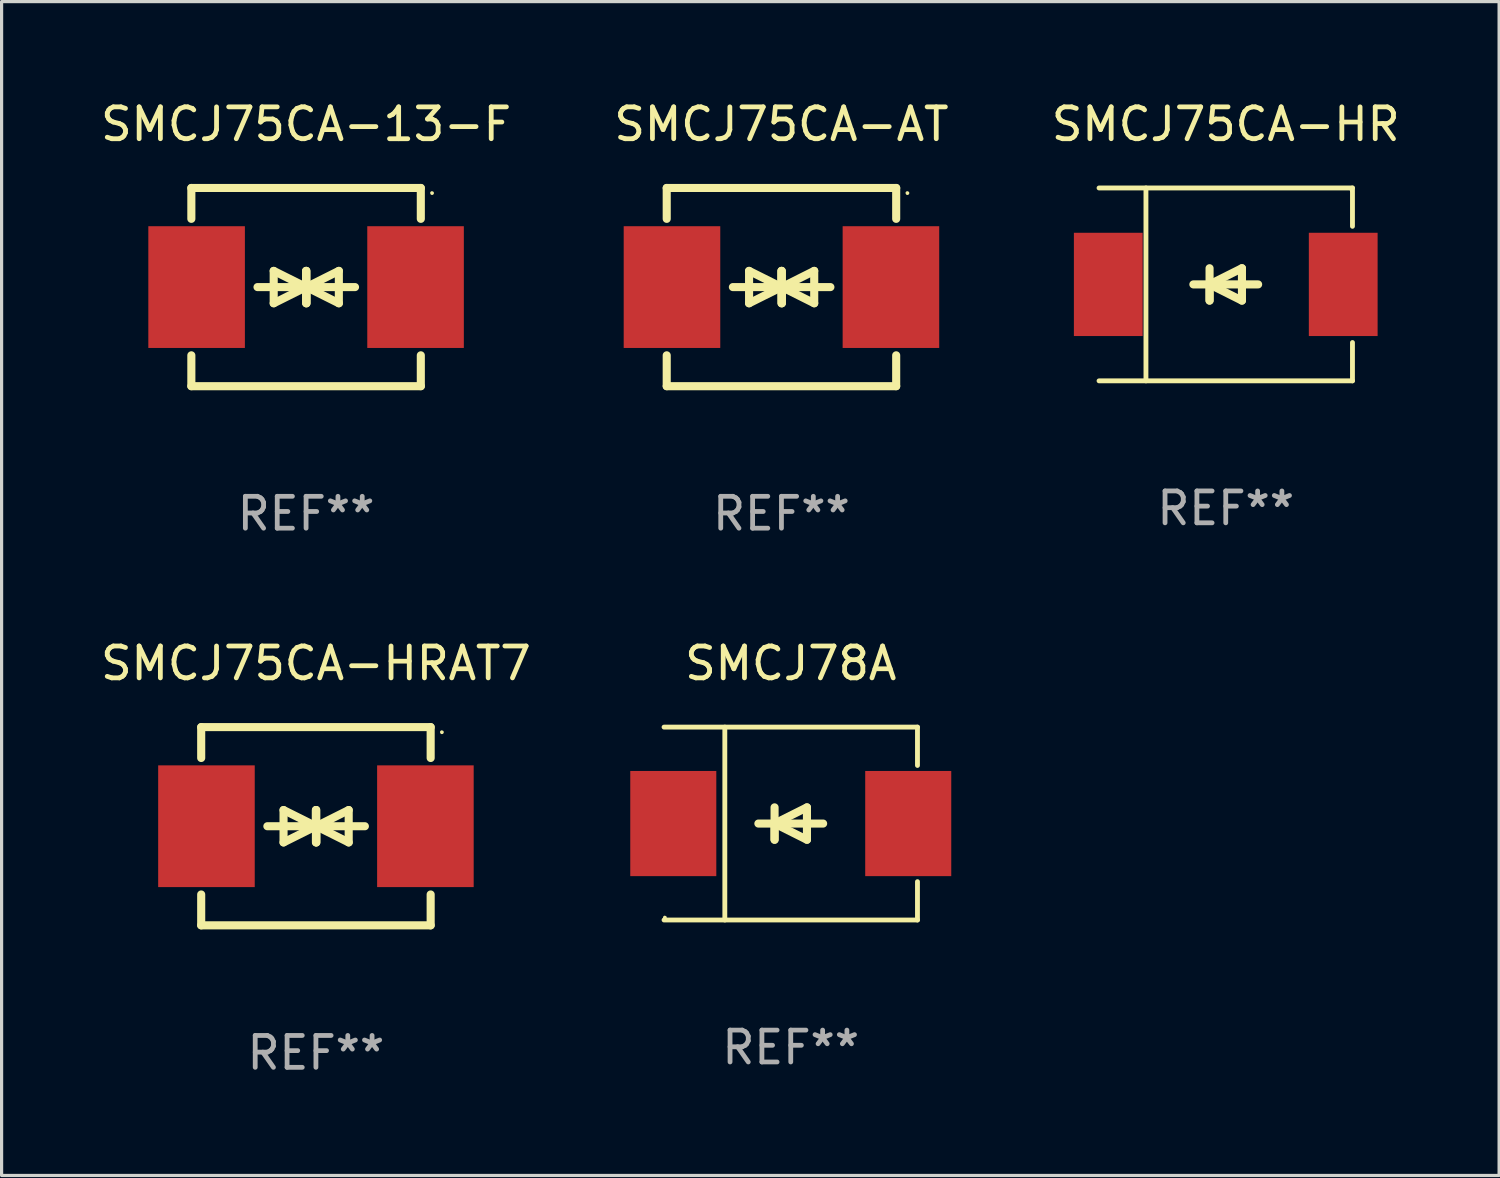
<source format=kicad_pcb>
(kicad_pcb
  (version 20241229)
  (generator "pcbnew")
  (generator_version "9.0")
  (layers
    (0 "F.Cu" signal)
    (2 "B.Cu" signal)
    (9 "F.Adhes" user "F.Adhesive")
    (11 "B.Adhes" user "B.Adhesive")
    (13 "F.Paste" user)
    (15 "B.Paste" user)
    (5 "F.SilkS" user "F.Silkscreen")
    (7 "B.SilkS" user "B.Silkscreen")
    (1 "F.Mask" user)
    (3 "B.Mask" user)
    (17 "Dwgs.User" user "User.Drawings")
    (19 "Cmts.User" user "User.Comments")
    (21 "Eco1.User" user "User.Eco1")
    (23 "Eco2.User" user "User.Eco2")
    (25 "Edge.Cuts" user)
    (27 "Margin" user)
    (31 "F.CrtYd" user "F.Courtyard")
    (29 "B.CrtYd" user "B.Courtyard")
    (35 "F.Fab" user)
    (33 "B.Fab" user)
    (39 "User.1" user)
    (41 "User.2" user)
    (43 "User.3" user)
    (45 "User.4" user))
  (footprint "SMCJ75CA-13-F"
    (layer "F.Cu")
    (at 6.554 5.958)
    (property "Reference" "SMCJ75CA-13-F" (at 0 -5.11 0) (layer "F.SilkS") (effects (font (size 1 1) (thickness 0.15))))
    (attr through_hole)
    (fp_line (start -3.6 -2.141) (end -3.6 -3.11) (stroke (width 0.254) (type solid)) (layer "F.SilkS"))
    (fp_line (start -3.6 3.11) (end -3.6 2.141) (stroke (width 0.254) (type solid)) (layer "F.SilkS"))
    (fp_line (start -1.524 0) (end 0.508 0) (stroke (width 0.254) (type solid)) (layer "F.SilkS"))
    (fp_line (start -1.016 -0.508) (end -1.016 0.508) (stroke (width 0.254) (type solid)) (layer "F.SilkS"))
    (fp_line (start -1.016 0.508) (end 0 0) (stroke (width 0.254) (type solid)) (layer "F.SilkS"))
    (fp_line (start 0 -0.508) (end 0 0.508) (stroke (width 0.254) (type solid)) (layer "F.SilkS"))
    (fp_line (start 0 0) (end -1.016 -0.508) (stroke (width 0.254) (type solid)) (layer "F.SilkS"))
    (fp_line (start 0 0) (end 0 -0.508) (stroke (width 0.254) (type solid)) (layer "F.SilkS"))
    (fp_line (start 0.012 0) (end 0.012 0.508) (stroke (width 0.254) (type solid)) (layer "F.SilkS"))
    (fp_line (start 0.012 0) (end 1.028 0.508) (stroke (width 0.254) (type solid)) (layer "F.SilkS"))
    (fp_line (start 0.012 0.508) (end 0.012 -0.508) (stroke (width 0.254) (type solid)) (layer "F.SilkS"))
    (fp_line (start 1.028 -0.508) (end 0.012 0) (stroke (width 0.254) (type solid)) (layer "F.SilkS"))
    (fp_line (start 1.028 0.508) (end 1.028 -0.508) (stroke (width 0.254) (type solid)) (layer "F.SilkS"))
    (fp_line (start 1.536 0) (end -0.496 0) (stroke (width 0.254) (type solid)) (layer "F.SilkS"))
    (fp_line (start 3.6 -3.11) (end -3.6 -3.11) (stroke (width 0.254) (type solid)) (layer "F.SilkS"))
    (fp_line (start 3.6 -2.141) (end 3.6 -3.11) (stroke (width 0.254) (type solid)) (layer "F.SilkS"))
    (fp_line (start 3.6 3.11) (end -3.6 3.11) (stroke (width 0.254) (type solid)) (layer "F.SilkS"))
    (fp_line (start 3.6 3.11) (end 3.6 2.141) (stroke (width 0.254) (type solid)) (layer "F.SilkS"))
    (fp_circle (center 3.952 -2.95) (end 3.982 -2.95) (stroke (width 0.06) (type solid)) (fill no) (layer "F.SilkS"))
    (fp_text user "REF**" (at 0 7.11 0) (layer "F.Fab") (effects (font (size 1 1) (thickness 0.15))))
    (pad "1" smd rect (at 3.435 0) (size 3.03 3.82) (layers "F.Cu" "F.Mask" "F.Paste"))
    (pad "2" smd rect (at -3.435 0) (size 3.03 3.82) (layers "F.Cu" "F.Mask" "F.Paste")))
  (footprint "SMCJ75CA-HR"
    (layer "F.Cu")
    (at 35.411 5.874)
    (property "Reference" "SMCJ75CA-HR" (at 0 -5.026 0) (layer "F.SilkS") (effects (font (size 1 1) (thickness 0.15))))
    (attr through_hole)
    (fp_line (start -3.976 -3.026) (end 3.976 -3.026) (stroke (width 0.152) (type solid)) (layer "F.SilkS"))
    (fp_line (start -3.976 3.026) (end 3.976 3.026) (stroke (width 0.152) (type solid)) (layer "F.SilkS"))
    (fp_line (start -2.504 -3.026) (end -2.504 3.026) (stroke (width 0.152) (type solid)) (layer "F.SilkS"))
    (fp_line (start -0.508 0) (end -0.508 0.508) (stroke (width 0.254) (type solid)) (layer "F.SilkS"))
    (fp_line (start -0.508 0) (end 0.508 0.508) (stroke (width 0.254) (type solid)) (layer "F.SilkS"))
    (fp_line (start -0.508 0.508) (end -0.508 -0.508) (stroke (width 0.254) (type solid)) (layer "F.SilkS"))
    (fp_line (start 0.508 -0.508) (end -0.508 0) (stroke (width 0.254) (type solid)) (layer "F.SilkS"))
    (fp_line (start 0.508 0.508) (end 0.508 -0.508) (stroke (width 0.254) (type solid)) (layer "F.SilkS"))
    (fp_line (start 1.016 0) (end -1.016 0) (stroke (width 0.254) (type solid)) (layer "F.SilkS"))
    (fp_line (start 3.976 -3.026) (end 3.976 -1.823) (stroke (width 0.152) (type solid)) (layer "F.SilkS"))
    (fp_line (start 3.976 3.026) (end 3.976 1.823) (stroke (width 0.152) (type solid)) (layer "F.SilkS"))
    (fp_circle (center 3.95 -2.95) (end 3.98 -2.95) (stroke (width 0.06) (type solid)) (fill no) (layer "F.SilkS"))
    (fp_text user "REF**" (at 0 7.026 0) (layer "F.Fab") (effects (font (size 1 1) (thickness 0.15))))
    (pad "1" smd rect (at 3.686 0 180) (size 2.158 3.24) (layers "F.Cu" "F.Mask" "F.Paste"))
    (pad "2" smd rect (at -3.686 0 180) (size 2.158 3.24) (layers "F.Cu" "F.Mask" "F.Paste")))
  (footprint "SMCJ78A"
    (layer "F.Cu")
    (at 21.762 22.791)
    (property "Reference" "SMCJ78A" (at 0 -5.026 0) (layer "F.SilkS") (effects (font (size 1 1) (thickness 0.15))))
    (attr through_hole)
    (fp_line (start -3.976 -3.026) (end 3.976 -3.026) (stroke (width 0.152) (type solid)) (layer "F.SilkS"))
    (fp_line (start -3.976 3.026) (end 3.976 3.026) (stroke (width 0.152) (type solid)) (layer "F.SilkS"))
    (fp_line (start -2.069 -3.026) (end -2.069 3.026) (stroke (width 0.152) (type solid)) (layer "F.SilkS"))
    (fp_line (start -0.508 0) (end -0.508 0.508) (stroke (width 0.254) (type solid)) (layer "F.SilkS"))
    (fp_line (start -0.508 0) (end 0.508 0.508) (stroke (width 0.254) (type solid)) (layer "F.SilkS"))
    (fp_line (start -0.508 0.508) (end -0.508 -0.508) (stroke (width 0.254) (type solid)) (layer "F.SilkS"))
    (fp_line (start 0.508 -0.508) (end -0.508 0) (stroke (width 0.254) (type solid)) (layer "F.SilkS"))
    (fp_line (start 0.508 0.508) (end 0.508 -0.508) (stroke (width 0.254) (type solid)) (layer "F.SilkS"))
    (fp_line (start 1.016 0) (end -1.016 0) (stroke (width 0.254) (type solid)) (layer "F.SilkS"))
    (fp_line (start 3.976 -3.026) (end 3.976 -1.823) (stroke (width 0.152) (type solid)) (layer "F.SilkS"))
    (fp_line (start 3.976 3.026) (end 3.976 1.823) (stroke (width 0.152) (type solid)) (layer "F.SilkS"))
    (fp_circle (center -3.95 2.95) (end -3.92 2.95) (stroke (width 0.06) (type solid)) (fill no) (layer "F.SilkS"))
    (fp_text user "REF**" (at 0 7.026 0) (layer "F.Fab") (effects (font (size 1 1) (thickness 0.15))))
    (pad "1" smd rect (at -3.686 0) (size 2.7 3.3) (layers "F.Cu" "F.Mask" "F.Paste"))
    (pad "2" smd rect (at 3.686 0) (size 2.7 3.3) (layers "F.Cu" "F.Mask" "F.Paste")))
  (footprint "SMCJ75CA-AT"
    (layer "F.Cu")
    (at 21.47 5.958)
    (property "Reference" "SMCJ75CA-AT" (at 0 -5.11 0) (layer "F.SilkS") (effects (font (size 1 1) (thickness 0.15))))
    (attr through_hole)
    (fp_line (start -3.6 -2.141) (end -3.6 -3.11) (stroke (width 0.254) (type solid)) (layer "F.SilkS"))
    (fp_line (start -3.6 3.11) (end -3.6 2.141) (stroke (width 0.254) (type solid)) (layer "F.SilkS"))
    (fp_line (start -1.524 0) (end 0.508 0) (stroke (width 0.254) (type solid)) (layer "F.SilkS"))
    (fp_line (start -1.016 -0.508) (end -1.016 0.508) (stroke (width 0.254) (type solid)) (layer "F.SilkS"))
    (fp_line (start -1.016 0.508) (end 0 0) (stroke (width 0.254) (type solid)) (layer "F.SilkS"))
    (fp_line (start 0 -0.508) (end 0 0.508) (stroke (width 0.254) (type solid)) (layer "F.SilkS"))
    (fp_line (start 0 0) (end -1.016 -0.508) (stroke (width 0.254) (type solid)) (layer "F.SilkS"))
    (fp_line (start 0 0) (end 0 -0.508) (stroke (width 0.254) (type solid)) (layer "F.SilkS"))
    (fp_line (start 0.012 0) (end 0.012 0.508) (stroke (width 0.254) (type solid)) (layer "F.SilkS"))
    (fp_line (start 0.012 0) (end 1.028 0.508) (stroke (width 0.254) (type solid)) (layer "F.SilkS"))
    (fp_line (start 0.012 0.508) (end 0.012 -0.508) (stroke (width 0.254) (type solid)) (layer "F.SilkS"))
    (fp_line (start 1.028 -0.508) (end 0.012 0) (stroke (width 0.254) (type solid)) (layer "F.SilkS"))
    (fp_line (start 1.028 0.508) (end 1.028 -0.508) (stroke (width 0.254) (type solid)) (layer "F.SilkS"))
    (fp_line (start 1.536 0) (end -0.496 0) (stroke (width 0.254) (type solid)) (layer "F.SilkS"))
    (fp_line (start 3.6 -3.11) (end -3.6 -3.11) (stroke (width 0.254) (type solid)) (layer "F.SilkS"))
    (fp_line (start 3.6 -2.141) (end 3.6 -3.11) (stroke (width 0.254) (type solid)) (layer "F.SilkS"))
    (fp_line (start 3.6 3.11) (end -3.6 3.11) (stroke (width 0.254) (type solid)) (layer "F.SilkS"))
    (fp_line (start 3.6 3.11) (end 3.6 2.141) (stroke (width 0.254) (type solid)) (layer "F.SilkS"))
    (fp_circle (center 3.952 -2.95) (end 3.982 -2.95) (stroke (width 0.06) (type solid)) (fill no) (layer "F.SilkS"))
    (fp_text user "REF**" (at 0 7.11 0) (layer "F.Fab") (effects (font (size 1 1) (thickness 0.15))))
    (pad "1" smd rect (at 3.435 0) (size 3.03 3.82) (layers "F.Cu" "F.Mask" "F.Paste"))
    (pad "2" smd rect (at -3.435 0) (size 3.03 3.82) (layers "F.Cu" "F.Mask" "F.Paste")))
  (footprint "SMCJ75CA-HRAT7"
    (layer "F.Cu")
    (at 6.863 22.875)
    (property "Reference" "SMCJ75CA-HRAT7" (at 0 -5.11 0) (layer "F.SilkS") (effects (font (size 1 1) (thickness 0.15))))
    (attr through_hole)
    (fp_line (start -3.6 -2.141) (end -3.6 -3.11) (stroke (width 0.254) (type solid)) (layer "F.SilkS"))
    (fp_line (start -3.6 3.11) (end -3.6 2.141) (stroke (width 0.254) (type solid)) (layer "F.SilkS"))
    (fp_line (start -1.524 0) (end 0.508 0) (stroke (width 0.254) (type solid)) (layer "F.SilkS"))
    (fp_line (start -1.016 -0.508) (end -1.016 0.508) (stroke (width 0.254) (type solid)) (layer "F.SilkS"))
    (fp_line (start -1.016 0.508) (end 0 0) (stroke (width 0.254) (type solid)) (layer "F.SilkS"))
    (fp_line (start 0 -0.508) (end 0 0.508) (stroke (width 0.254) (type solid)) (layer "F.SilkS"))
    (fp_line (start 0 0) (end -1.016 -0.508) (stroke (width 0.254) (type solid)) (layer "F.SilkS"))
    (fp_line (start 0 0) (end 0 -0.508) (stroke (width 0.254) (type solid)) (layer "F.SilkS"))
    (fp_line (start 0.012 0) (end 0.012 0.508) (stroke (width 0.254) (type solid)) (layer "F.SilkS"))
    (fp_line (start 0.012 0) (end 1.028 0.508) (stroke (width 0.254) (type solid)) (layer "F.SilkS"))
    (fp_line (start 0.012 0.508) (end 0.012 -0.508) (stroke (width 0.254) (type solid)) (layer "F.SilkS"))
    (fp_line (start 1.028 -0.508) (end 0.012 0) (stroke (width 0.254) (type solid)) (layer "F.SilkS"))
    (fp_line (start 1.028 0.508) (end 1.028 -0.508) (stroke (width 0.254) (type solid)) (layer "F.SilkS"))
    (fp_line (start 1.536 0) (end -0.496 0) (stroke (width 0.254) (type solid)) (layer "F.SilkS"))
    (fp_line (start 3.6 -3.11) (end -3.6 -3.11) (stroke (width 0.254) (type solid)) (layer "F.SilkS"))
    (fp_line (start 3.6 -2.141) (end 3.6 -3.11) (stroke (width 0.254) (type solid)) (layer "F.SilkS"))
    (fp_line (start 3.6 3.11) (end -3.6 3.11) (stroke (width 0.254) (type solid)) (layer "F.SilkS"))
    (fp_line (start 3.6 3.11) (end 3.6 2.141) (stroke (width 0.254) (type solid)) (layer "F.SilkS"))
    (fp_circle (center 3.952 -2.95) (end 3.982 -2.95) (stroke (width 0.06) (type solid)) (fill no) (layer "F.SilkS"))
    (fp_text user "REF**" (at 0 7.11 0) (layer "F.Fab") (effects (font (size 1 1) (thickness 0.15))))
    (pad "1" smd rect (at 3.435 0) (size 3.03 3.82) (layers "F.Cu" "F.Mask" "F.Paste"))
    (pad "2" smd rect (at -3.435 0) (size 3.03 3.82) (layers "F.Cu" "F.Mask" "F.Paste")))
  (gr_rect
    (start -3 -3)
    (end 43.988 33.833)
    (stroke (width 0.1) (type default))
    (fill no)
    (layer "Edge.Cuts")))
</source>
